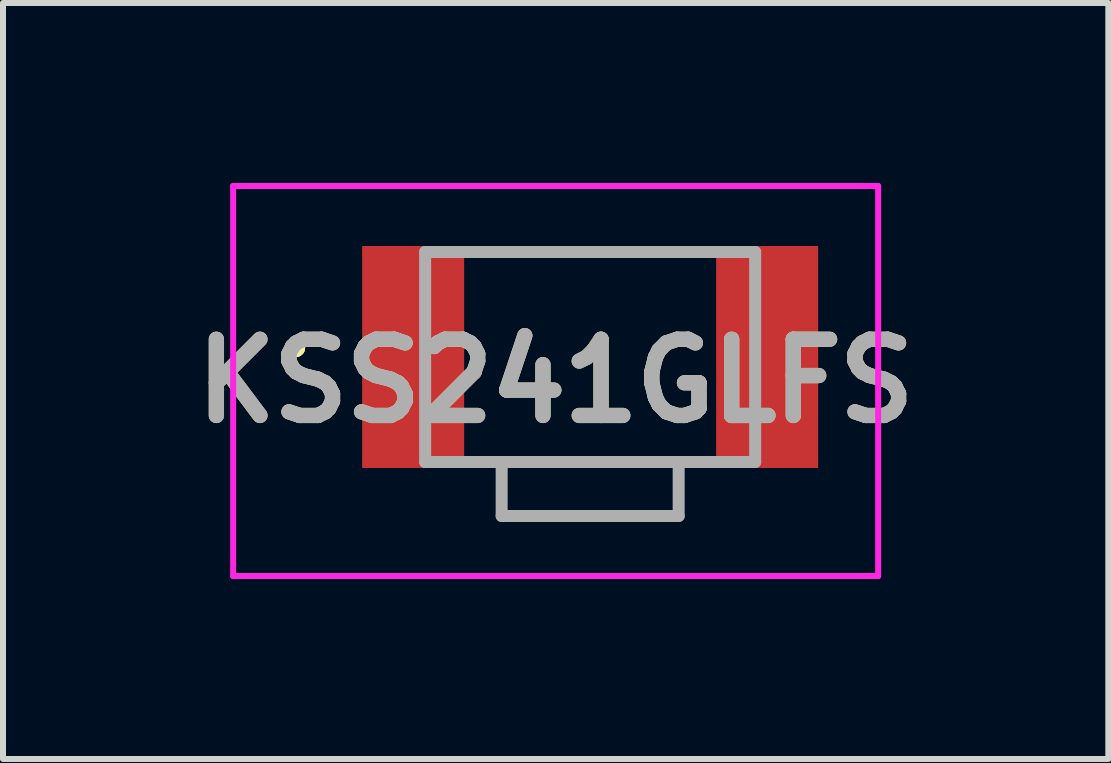
<source format=kicad_pcb>
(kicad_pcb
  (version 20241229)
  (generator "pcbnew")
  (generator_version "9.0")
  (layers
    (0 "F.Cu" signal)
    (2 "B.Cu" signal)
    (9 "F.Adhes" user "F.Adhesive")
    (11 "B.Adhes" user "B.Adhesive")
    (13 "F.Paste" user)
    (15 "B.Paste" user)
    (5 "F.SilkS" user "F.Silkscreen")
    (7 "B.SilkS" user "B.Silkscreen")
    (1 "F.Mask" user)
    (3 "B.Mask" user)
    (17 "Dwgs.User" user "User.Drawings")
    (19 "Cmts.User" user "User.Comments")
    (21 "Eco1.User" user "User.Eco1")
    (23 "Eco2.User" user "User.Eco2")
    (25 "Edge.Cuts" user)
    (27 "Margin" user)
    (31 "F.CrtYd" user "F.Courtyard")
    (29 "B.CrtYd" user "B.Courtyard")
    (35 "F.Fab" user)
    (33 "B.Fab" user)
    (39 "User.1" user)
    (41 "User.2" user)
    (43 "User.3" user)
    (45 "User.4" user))
  (footprint "KSS241GLFS"
    (layer "F.Cu")
    (at 6.786 2.9)
    (property "Reference" "KSS241GLFS" (at -0.575 0.4 0) (layer "F.SilkS") (effects (font (size 1.27 1.27) (thickness 0.254))))
    (attr smd)
    (fp_line (start -4.9 -0.2) (end -4.9 -0.2) (stroke (width 0.2) (type solid)) (layer "F.SilkS"))
    (fp_line (start -4.9 -0.1) (end -4.9 -0.1) (stroke (width 0.2) (type solid)) (layer "F.SilkS"))
    (fp_line (start -4.9 -0.1) (end -4.9 -0.1) (stroke (width 0.2) (type solid)) (layer "F.SilkS"))
    (fp_line (start -1.75 -1.75) (end -1.75 -1.75) (stroke (width 0.1) (type solid)) (layer "F.SilkS"))
    (fp_line (start -1.75 -1.75) (end 1.75 -1.75) (stroke (width 0.1) (type solid)) (layer "F.SilkS"))
    (fp_line (start -1.75 1.75) (end -1.75 1.75) (stroke (width 0.1) (type solid)) (layer "F.SilkS"))
    (fp_line (start -1.75 1.75) (end -1.475 1.75) (stroke (width 0.1) (type solid)) (layer "F.SilkS"))
    (fp_line (start -1.5 1.75) (end 1.475 1.75) (stroke (width 0.1) (type solid)) (layer "F.SilkS"))
    (fp_line (start -1.5 2.65) (end -1.5 1.75) (stroke (width 0.1) (type solid)) (layer "F.SilkS"))
    (fp_line (start -1.475 1.75) (end -1.75 1.75) (stroke (width 0.1) (type solid)) (layer "F.SilkS"))
    (fp_line (start -1.475 1.75) (end -1.475 1.75) (stroke (width 0.1) (type solid)) (layer "F.SilkS"))
    (fp_line (start 1.475 1.75) (end 1.475 2.65) (stroke (width 0.1) (type solid)) (layer "F.SilkS"))
    (fp_line (start 1.475 2.65) (end -1.5 2.65) (stroke (width 0.1) (type solid)) (layer "F.SilkS"))
    (fp_line (start 1.5 1.75) (end 1.5 1.75) (stroke (width 0.1) (type solid)) (layer "F.SilkS"))
    (fp_line (start 1.5 1.75) (end 1.75 1.75) (stroke (width 0.1) (type solid)) (layer "F.SilkS"))
    (fp_line (start 1.75 -1.75) (end -1.75 -1.75) (stroke (width 0.1) (type solid)) (layer "F.SilkS"))
    (fp_line (start 1.75 -1.75) (end 1.75 -1.75) (stroke (width 0.1) (type solid)) (layer "F.SilkS"))
    (fp_line (start 1.75 1.75) (end 1.5 1.75) (stroke (width 0.1) (type solid)) (layer "F.SilkS"))
    (fp_line (start 1.75 1.75) (end 1.75 1.75) (stroke (width 0.1) (type solid)) (layer "F.SilkS"))
    (fp_arc (start -4.9 -0.2) (mid -4.85 -0.15) (end -4.9 -0.1) (stroke (width 0.2) (type solid)) (layer "F.SilkS"))
    (fp_arc (start -4.9 -0.2) (mid -4.85 -0.15) (end -4.9 -0.1) (stroke (width 0.2) (type solid)) (layer "F.SilkS"))
    (fp_arc (start -4.9 -0.1) (mid -4.95 -0.15) (end -4.9 -0.2) (stroke (width 0.2) (type solid)) (layer "F.SilkS"))
    (fp_line (start -5.95 -2.85) (end 4.8 -2.85) (stroke (width 0.1) (type solid)) (layer "F.CrtYd"))
    (fp_line (start -5.95 3.65) (end -5.95 -2.85) (stroke (width 0.1) (type solid)) (layer "F.CrtYd"))
    (fp_line (start 4.8 -2.85) (end 4.8 3.65) (stroke (width 0.1) (type solid)) (layer "F.CrtYd"))
    (fp_line (start 4.8 3.65) (end -5.95 3.65) (stroke (width 0.1) (type solid)) (layer "F.CrtYd"))
    (fp_line (start -2.75 -1.75) (end -2.75 1.75) (stroke (width 0.2) (type solid)) (layer "F.Fab"))
    (fp_line (start -2.75 1.75) (end 2.75 1.75) (stroke (width 0.2) (type solid)) (layer "F.Fab"))
    (fp_line (start -1.475 1.75) (end 1.475 1.75) (stroke (width 0.2) (type solid)) (layer "F.Fab"))
    (fp_line (start -1.475 2.65) (end -1.475 1.75) (stroke (width 0.2) (type solid)) (layer "F.Fab"))
    (fp_line (start 1.475 1.75) (end 1.475 2.65) (stroke (width 0.2) (type solid)) (layer "F.Fab"))
    (fp_line (start 1.475 2.65) (end -1.475 2.65) (stroke (width 0.2) (type solid)) (layer "F.Fab"))
    (fp_line (start 2.75 -1.75) (end -2.75 -1.75) (stroke (width 0.2) (type solid)) (layer "F.Fab"))
    (fp_line (start 2.75 1.75) (end 2.75 -1.75) (stroke (width 0.2) (type solid)) (layer "F.Fab"))
    (fp_text user "${REFERENCE}" (at -0.575 0.4 0) (layer "F.Fab") (effects (font (size 1.27 1.27) (thickness 0.254))))
    (pad "1" smd rect (at -2.95 0) (size 1.7 3.7) (layers "F.Cu" "F.Mask" "F.Paste"))
    (pad "2" smd rect (at 2.95 0) (size 1.7 3.7) (layers "F.Cu" "F.Mask" "F.Paste")))
  (gr_rect
    (start -3 -3)
    (end 15.422 9.6)
    (stroke (width 0.1) (type default))
    (fill no)
    (layer "Edge.Cuts")))
</source>
